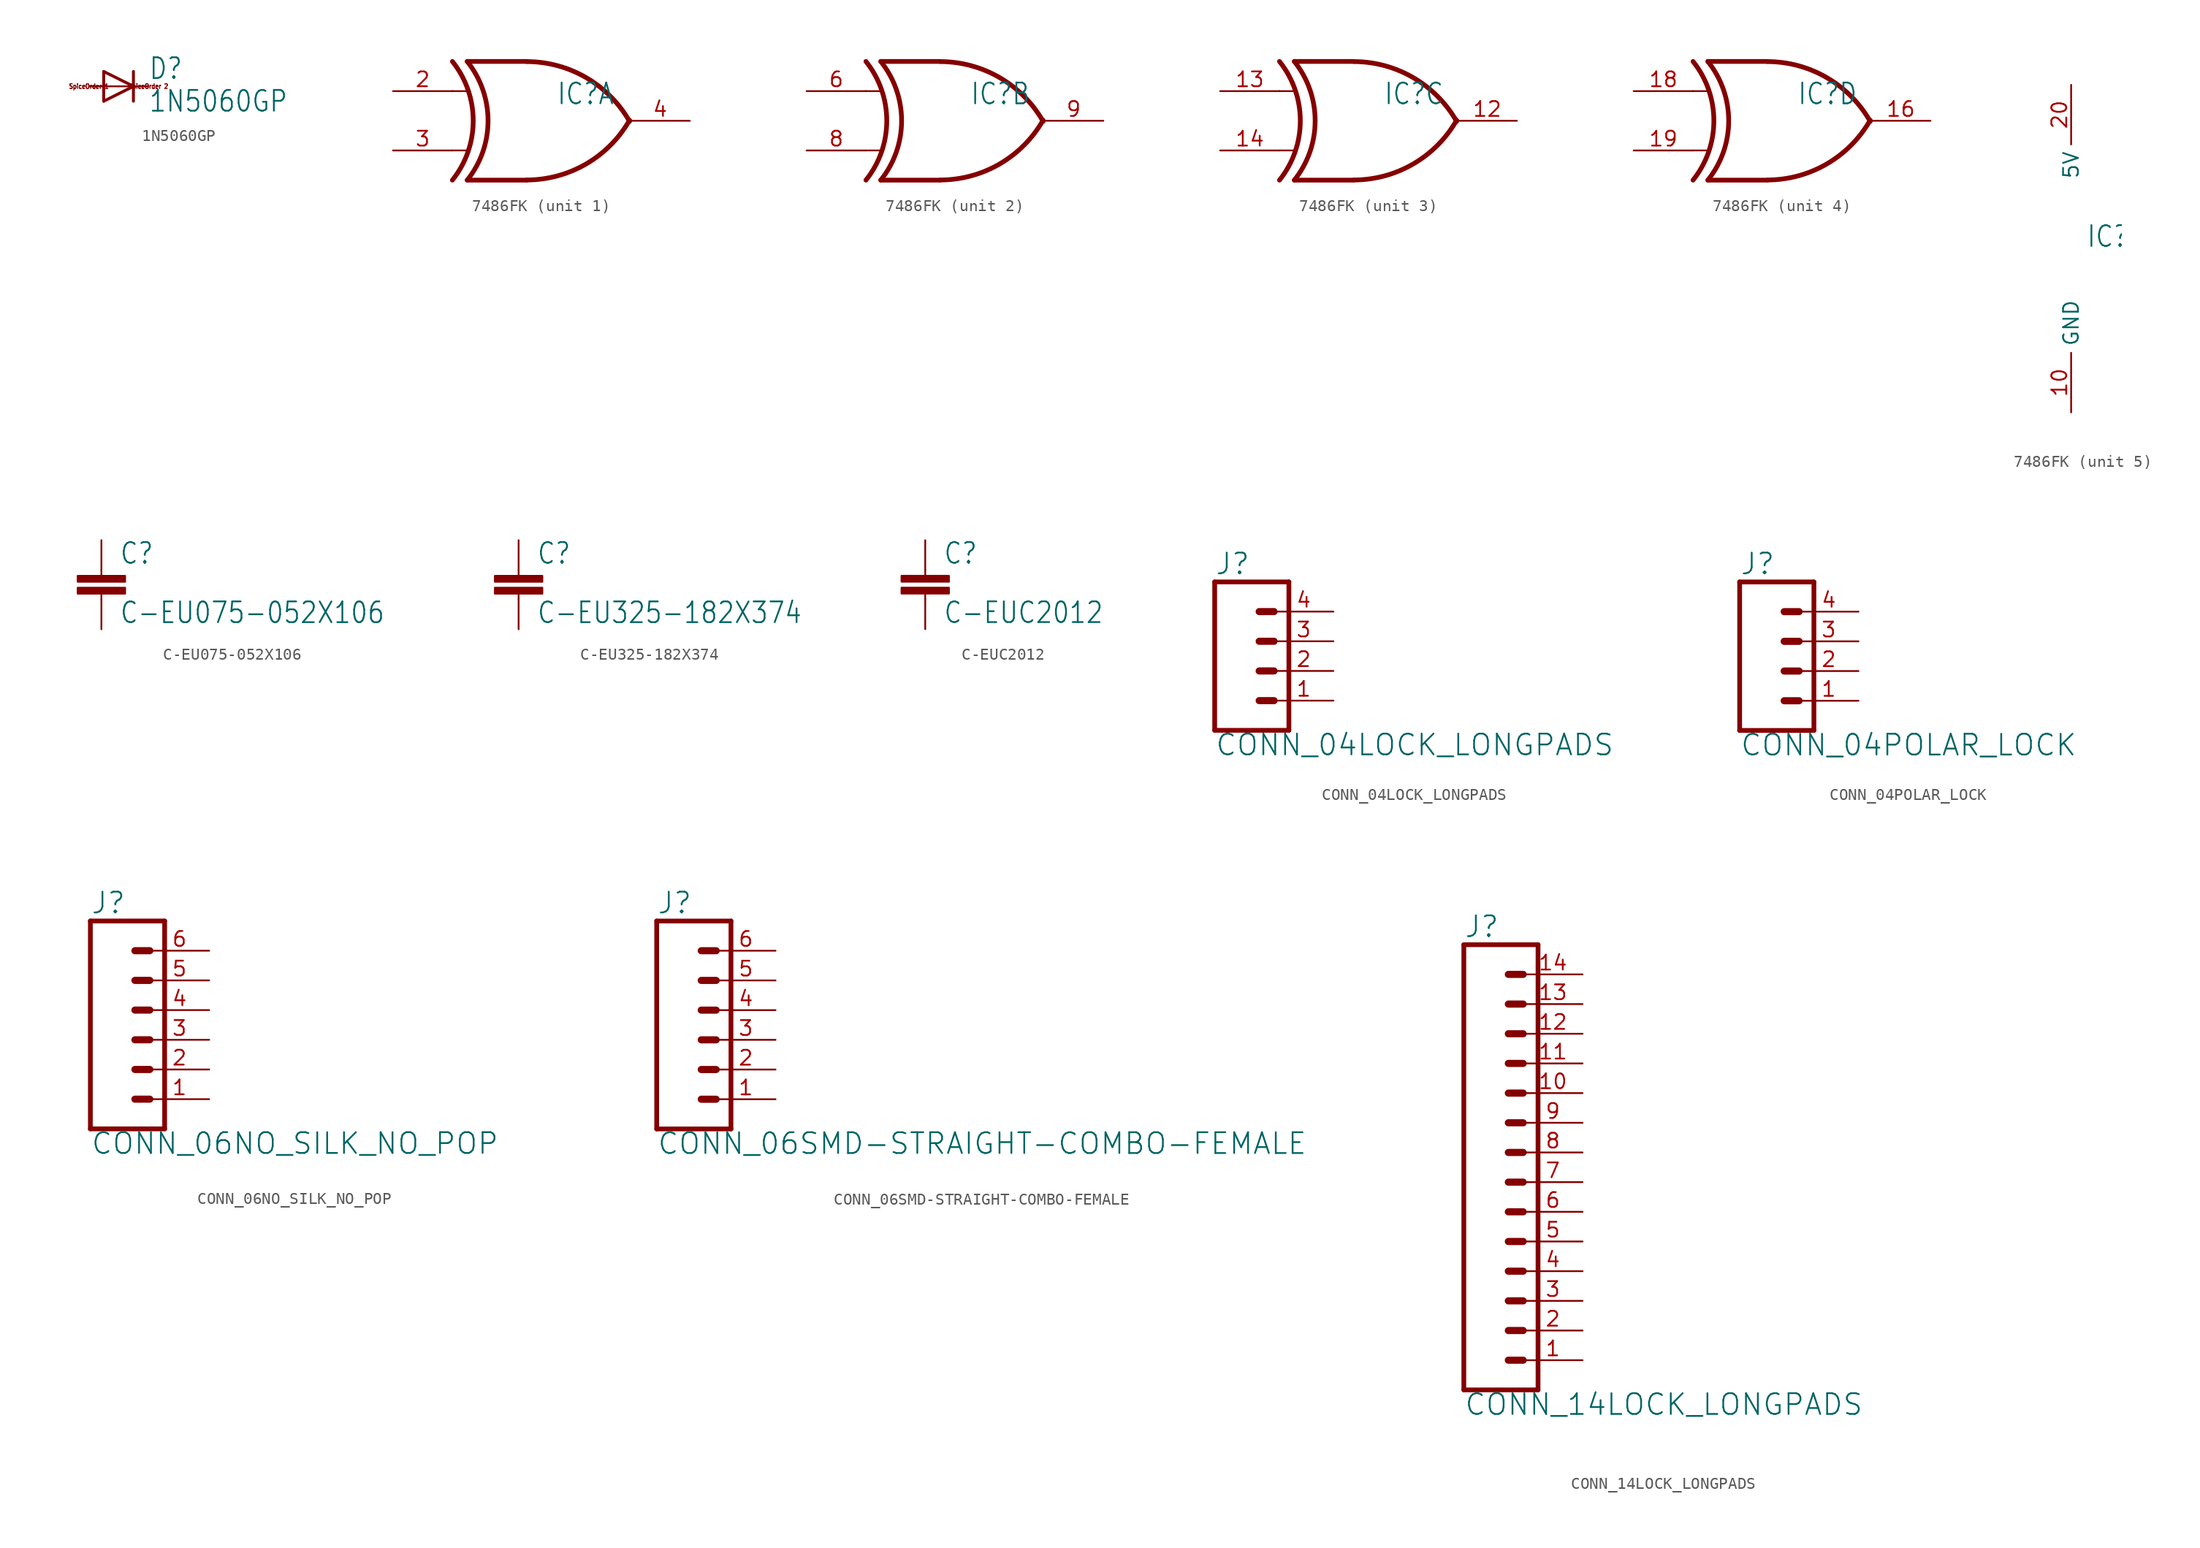
<source format=kicad_sym>
(kicad_symbol_lib
  (version 20211014)
  (generator kicad_symbol_editor)
  (symbol "1N5060GP"
    (property "Reference" "D"
      (at 2.54 0.483 0)
      (effects (font (size 1.778 1.511)) (justify left bottom)))
    (property "Value" "1N5060GP"
      (at 2.54 -2.311 0)
      (effects (font (size 1.778 1.511)) (justify left bottom)))
    (property "ki_locked" ""
      (at 0 0 0)
      (effects (font (size 1.27 1.27))))
    (symbol "1N5060GP_1_0"
      (polyline (pts (xy -1.27 -1.27) (xy 1.27 0)) (stroke (width 0.254) (type default) (color 0 0 0 0)) (fill (type none)))
      (polyline (pts (xy -1.27 1.27) (xy -1.27 -1.27)) (stroke (width 0.254) (type default) (color 0 0 0 0)) (fill (type none)))
      (polyline (pts (xy 1.27 0) (xy -1.27 1.27)) (stroke (width 0.254) (type default) (color 0 0 0 0)) (fill (type none)))
      (polyline (pts (xy 1.27 0) (xy 1.27 -1.27)) (stroke (width 0.254) (type default) (color 0 0 0 0)) (fill (type none)))
      (polyline (pts (xy 1.27 1.27) (xy 1.27 0)) (stroke (width 0.254) (type default) (color 0 0 0 0)) (fill (type none)))
      (text "SpiceOrder 1" (at -2.54 0 0) (effects (font (size 0.406 0.345))))
      (text "SpiceOrder 2" (at 2.54 0 0) (effects (font (size 0.406 0.345))))
      (pin passive line (at -2.54 0 0) (length 2.54) (name "A" (effects (font (size 0 0)))) (number "A" (effects (font (size 0 0)))))
      (pin passive line (at 2.54 0 180) (length 2.54) (name "C" (effects (font (size 0 0)))) (number "C" (effects (font (size 0 0)))))))
  (symbol "7486FK"
    (property "Reference" "IC"
      (at 1.27 1.27 0)
      (effects (font (size 1.778 1.511)) (justify left bottom)))
    (property "ki_locked" ""
      (at 0 0 0)
      (effects (font (size 1.27 1.27))))
    (symbol "7486FK_1_0"
      (arc (start -7.62 -5.08) (mid -5.838 0) (end -7.62 5.08) (stroke (width 0.4064) (type default) (color 0 0 0 0)) (fill (type none)))
      (arc (start -6.35 -5.08) (mid -4.568 0) (end -6.35 5.08) (stroke (width 0.4064) (type default) (color 0 0 0 0)) (fill (type none)))
      (arc (start -1.2446 -5.0678) (mid 3.8372 -3.689) (end 7.5439 0.0507) (stroke (width 0.4064) (type default) (color 0 0 0 0)) (fill (type none)))
      (polyline (pts (xy -7.62 -2.54) (xy -6.35 -2.54)) (stroke (width 0.152) (type default) (color 0 0 0 0)) (fill (type none)))
      (polyline (pts (xy -7.62 2.54) (xy -6.35 2.54)) (stroke (width 0.152) (type default) (color 0 0 0 0)) (fill (type none)))
      (polyline (pts (xy -1.27 -5.08) (xy -6.35 -5.08)) (stroke (width 0.406) (type default) (color 0 0 0 0)) (fill (type none)))
      (polyline (pts (xy -1.27 5.08) (xy -6.35 5.08)) (stroke (width 0.406) (type default) (color 0 0 0 0)) (fill (type none)))
      (arc (start 7.5442 -0.0505) (mid 3.8373 3.6892) (end -1.2446 5.0678) (stroke (width 0.4064) (type default) (color 0 0 0 0)) (fill (type none)))
      (pin input line (at -12.7 2.54 0) (length 5.08) (name "I0" (effects (font (size 0 0)))) (number "2" (effects (font (size 1.27 1.27)))))
      (pin input line (at -12.7 -2.54 0) (length 5.08) (name "I1" (effects (font (size 0 0)))) (number "3" (effects (font (size 1.27 1.27)))))
      (pin output line (at 12.7 0 180) (length 5.08) (name "O" (effects (font (size 0 0)))) (number "4" (effects (font (size 1.27 1.27))))))
    (symbol "7486FK_2_0"
      (arc (start -7.62 -5.08) (mid -5.838 0) (end -7.62 5.08) (stroke (width 0.4064) (type default) (color 0 0 0 0)) (fill (type none)))
      (arc (start -6.35 -5.08) (mid -4.568 0) (end -6.35 5.08) (stroke (width 0.4064) (type default) (color 0 0 0 0)) (fill (type none)))
      (arc (start -1.2446 -5.0678) (mid 3.8372 -3.689) (end 7.5439 0.0507) (stroke (width 0.4064) (type default) (color 0 0 0 0)) (fill (type none)))
      (polyline (pts (xy -7.62 -2.54) (xy -6.35 -2.54)) (stroke (width 0.152) (type default) (color 0 0 0 0)) (fill (type none)))
      (polyline (pts (xy -7.62 2.54) (xy -6.35 2.54)) (stroke (width 0.152) (type default) (color 0 0 0 0)) (fill (type none)))
      (polyline (pts (xy -1.27 -5.08) (xy -6.35 -5.08)) (stroke (width 0.406) (type default) (color 0 0 0 0)) (fill (type none)))
      (polyline (pts (xy -1.27 5.08) (xy -6.35 5.08)) (stroke (width 0.406) (type default) (color 0 0 0 0)) (fill (type none)))
      (arc (start 7.5442 -0.0505) (mid 3.8373 3.6892) (end -1.2446 5.0678) (stroke (width 0.4064) (type default) (color 0 0 0 0)) (fill (type none)))
      (pin input line (at -12.7 2.54 0) (length 5.08) (name "I0" (effects (font (size 0 0)))) (number "6" (effects (font (size 1.27 1.27)))))
      (pin input line (at -12.7 -2.54 0) (length 5.08) (name "I1" (effects (font (size 0 0)))) (number "8" (effects (font (size 1.27 1.27)))))
      (pin output line (at 12.7 0 180) (length 5.08) (name "O" (effects (font (size 0 0)))) (number "9" (effects (font (size 1.27 1.27))))))
    (symbol "7486FK_3_0"
      (arc (start -7.62 -5.08) (mid -5.838 0) (end -7.62 5.08) (stroke (width 0.4064) (type default) (color 0 0 0 0)) (fill (type none)))
      (arc (start -6.35 -5.08) (mid -4.568 0) (end -6.35 5.08) (stroke (width 0.4064) (type default) (color 0 0 0 0)) (fill (type none)))
      (arc (start -1.2446 -5.0678) (mid 3.8372 -3.689) (end 7.5439 0.0507) (stroke (width 0.4064) (type default) (color 0 0 0 0)) (fill (type none)))
      (polyline (pts (xy -7.62 -2.54) (xy -6.35 -2.54)) (stroke (width 0.152) (type default) (color 0 0 0 0)) (fill (type none)))
      (polyline (pts (xy -7.62 2.54) (xy -6.35 2.54)) (stroke (width 0.152) (type default) (color 0 0 0 0)) (fill (type none)))
      (polyline (pts (xy -1.27 -5.08) (xy -6.35 -5.08)) (stroke (width 0.406) (type default) (color 0 0 0 0)) (fill (type none)))
      (polyline (pts (xy -1.27 5.08) (xy -6.35 5.08)) (stroke (width 0.406) (type default) (color 0 0 0 0)) (fill (type none)))
      (arc (start 7.5442 -0.0505) (mid 3.8373 3.6892) (end -1.2446 5.0678) (stroke (width 0.4064) (type default) (color 0 0 0 0)) (fill (type none)))
      (pin output line (at 12.7 0 180) (length 5.08) (name "O" (effects (font (size 0 0)))) (number "12" (effects (font (size 1.27 1.27)))))
      (pin input line (at -12.7 2.54 0) (length 5.08) (name "I0" (effects (font (size 0 0)))) (number "13" (effects (font (size 1.27 1.27)))))
      (pin input line (at -12.7 -2.54 0) (length 5.08) (name "I1" (effects (font (size 0 0)))) (number "14" (effects (font (size 1.27 1.27))))))
    (symbol "7486FK_4_0"
      (arc (start -7.62 -5.08) (mid -5.838 0) (end -7.62 5.08) (stroke (width 0.4064) (type default) (color 0 0 0 0)) (fill (type none)))
      (arc (start -6.35 -5.08) (mid -4.568 0) (end -6.35 5.08) (stroke (width 0.4064) (type default) (color 0 0 0 0)) (fill (type none)))
      (arc (start -1.2446 -5.0678) (mid 3.8372 -3.689) (end 7.5439 0.0507) (stroke (width 0.4064) (type default) (color 0 0 0 0)) (fill (type none)))
      (polyline (pts (xy -7.62 -2.54) (xy -6.35 -2.54)) (stroke (width 0.152) (type default) (color 0 0 0 0)) (fill (type none)))
      (polyline (pts (xy -7.62 2.54) (xy -6.35 2.54)) (stroke (width 0.152) (type default) (color 0 0 0 0)) (fill (type none)))
      (polyline (pts (xy -1.27 -5.08) (xy -6.35 -5.08)) (stroke (width 0.406) (type default) (color 0 0 0 0)) (fill (type none)))
      (polyline (pts (xy -1.27 5.08) (xy -6.35 5.08)) (stroke (width 0.406) (type default) (color 0 0 0 0)) (fill (type none)))
      (arc (start 7.5442 -0.0505) (mid 3.8373 3.6892) (end -1.2446 5.0678) (stroke (width 0.4064) (type default) (color 0 0 0 0)) (fill (type none)))
      (pin output line (at 12.7 0 180) (length 5.08) (name "O" (effects (font (size 0 0)))) (number "16" (effects (font (size 1.27 1.27)))))
      (pin input line (at -12.7 2.54 0) (length 5.08) (name "I0" (effects (font (size 0 0)))) (number "18" (effects (font (size 1.27 1.27)))))
      (pin input line (at -12.7 -2.54 0) (length 5.08) (name "I1" (effects (font (size 0 0)))) (number "19" (effects (font (size 1.27 1.27))))))
    (symbol "7486FK_5_0"
      (pin power_in line (at 0 -12.7 90) (length 5.08) (name "GND" (effects (font (size 1.27 1.27)))) (number "10" (effects (font (size 1.27 1.27)))))
      (pin power_in line (at 0 15.24 270) (length 5.08) (name "5V" (effects (font (size 1.27 1.27)))) (number "20" (effects (font (size 1.27 1.27)))))))
  (symbol "C-EU075-052X106"
    (property "Reference" "C"
      (at 1.524 0.381 0)
      (effects (font (size 1.778 1.511)) (justify left bottom)))
    (property "Value" "C-EU075-052X106"
      (at 1.524 -4.699 0)
      (effects (font (size 1.778 1.511)) (justify left bottom)))
    (property "ki_locked" ""
      (at 0 0 0)
      (effects (font (size 1.27 1.27))))
    (symbol "C-EU075-052X106_1_0"
      (rectangle (start -2.032 -2.032) (end 2.032 -1.524) (stroke (width 0) (type default) (color 0 0 0 0)) (fill (type outline)))
      (rectangle (start -2.032 -1.016) (end 2.032 -0.508) (stroke (width 0) (type default) (color 0 0 0 0)) (fill (type outline)))
      (polyline (pts (xy 0 -2.54) (xy 0 -2.032)) (stroke (width 0.152) (type default) (color 0 0 0 0)) (fill (type none)))
      (polyline (pts (xy 0 0) (xy 0 -0.508)) (stroke (width 0.152) (type default) (color 0 0 0 0)) (fill (type none)))
      (pin passive line (at 0 2.54 270) (length 2.54) (name "1" (effects (font (size 0 0)))) (number "1" (effects (font (size 0 0)))))
      (pin passive line (at 0 -5.08 90) (length 2.54) (name "2" (effects (font (size 0 0)))) (number "2" (effects (font (size 0 0)))))))
  (symbol "C-EU325-182X374"
    (property "Reference" "C"
      (at 1.524 0.381 0)
      (effects (font (size 1.778 1.511)) (justify left bottom)))
    (property "Value" "C-EU325-182X374"
      (at 1.524 -4.699 0)
      (effects (font (size 1.778 1.511)) (justify left bottom)))
    (property "ki_locked" ""
      (at 0 0 0)
      (effects (font (size 1.27 1.27))))
    (symbol "C-EU325-182X374_1_0"
      (rectangle (start -2.032 -2.032) (end 2.032 -1.524) (stroke (width 0) (type default) (color 0 0 0 0)) (fill (type outline)))
      (rectangle (start -2.032 -1.016) (end 2.032 -0.508) (stroke (width 0) (type default) (color 0 0 0 0)) (fill (type outline)))
      (polyline (pts (xy 0 -2.54) (xy 0 -2.032)) (stroke (width 0.152) (type default) (color 0 0 0 0)) (fill (type none)))
      (polyline (pts (xy 0 0) (xy 0 -0.508)) (stroke (width 0.152) (type default) (color 0 0 0 0)) (fill (type none)))
      (pin passive line (at 0 2.54 270) (length 2.54) (name "1" (effects (font (size 0 0)))) (number "1" (effects (font (size 0 0)))))
      (pin passive line (at 0 -5.08 90) (length 2.54) (name "2" (effects (font (size 0 0)))) (number "2" (effects (font (size 0 0)))))))
  (symbol "C-EUC2012"
    (property "Reference" "C"
      (at 1.524 0.381 0)
      (effects (font (size 1.778 1.511)) (justify left bottom)))
    (property "Value" "C-EUC2012"
      (at 1.524 -4.699 0)
      (effects (font (size 1.778 1.511)) (justify left bottom)))
    (property "ki_locked" ""
      (at 0 0 0)
      (effects (font (size 1.27 1.27))))
    (symbol "C-EUC2012_1_0"
      (rectangle (start -2.032 -2.032) (end 2.032 -1.524) (stroke (width 0) (type default) (color 0 0 0 0)) (fill (type outline)))
      (rectangle (start -2.032 -1.016) (end 2.032 -0.508) (stroke (width 0) (type default) (color 0 0 0 0)) (fill (type outline)))
      (polyline (pts (xy 0 -2.54) (xy 0 -2.032)) (stroke (width 0.152) (type default) (color 0 0 0 0)) (fill (type none)))
      (polyline (pts (xy 0 0) (xy 0 -0.508)) (stroke (width 0.152) (type default) (color 0 0 0 0)) (fill (type none)))
      (pin passive line (at 0 2.54 270) (length 2.54) (name "1" (effects (font (size 0 0)))) (number "1" (effects (font (size 0 0)))))
      (pin passive line (at 0 -5.08 90) (length 2.54) (name "2" (effects (font (size 0 0)))) (number "2" (effects (font (size 0 0)))))))
  (symbol "CONN_04LOCK_LONGPADS"
    (property "Reference" "J"
      (at -5.08 8.128 0)
      (effects (font (size 1.778 1.778)) (justify left bottom)))
    (property "Value" "CONN_04LOCK_LONGPADS"
      (at -5.08 -7.366 0)
      (effects (font (size 1.778 1.778)) (justify left bottom)))
    (property "ki_locked" ""
      (at 0 0 0)
      (effects (font (size 1.27 1.27))))
    (symbol "CONN_04LOCK_LONGPADS_1_0"
      (polyline (pts (xy -5.08 7.62) (xy -5.08 -5.08)) (stroke (width 0.406) (type default) (color 0 0 0 0)) (fill (type none)))
      (polyline (pts (xy -5.08 7.62) (xy 1.27 7.62)) (stroke (width 0.406) (type default) (color 0 0 0 0)) (fill (type none)))
      (polyline (pts (xy -1.27 -2.54) (xy 0 -2.54)) (stroke (width 0.61) (type default) (color 0 0 0 0)) (fill (type none)))
      (polyline (pts (xy -1.27 0) (xy 0 0)) (stroke (width 0.61) (type default) (color 0 0 0 0)) (fill (type none)))
      (polyline (pts (xy -1.27 2.54) (xy 0 2.54)) (stroke (width 0.61) (type default) (color 0 0 0 0)) (fill (type none)))
      (polyline (pts (xy -1.27 5.08) (xy 0 5.08)) (stroke (width 0.61) (type default) (color 0 0 0 0)) (fill (type none)))
      (polyline (pts (xy 1.27 -5.08) (xy -5.08 -5.08)) (stroke (width 0.406) (type default) (color 0 0 0 0)) (fill (type none)))
      (polyline (pts (xy 1.27 -5.08) (xy 1.27 7.62)) (stroke (width 0.406) (type default) (color 0 0 0 0)) (fill (type none)))
      (pin passive line (at 5.08 -2.54 180) (length 5.08) (name "1" (effects (font (size 0 0)))) (number "1" (effects (font (size 1.27 1.27)))))
      (pin passive line (at 5.08 0 180) (length 5.08) (name "2" (effects (font (size 0 0)))) (number "2" (effects (font (size 1.27 1.27)))))
      (pin passive line (at 5.08 2.54 180) (length 5.08) (name "3" (effects (font (size 0 0)))) (number "3" (effects (font (size 1.27 1.27)))))
      (pin passive line (at 5.08 5.08 180) (length 5.08) (name "4" (effects (font (size 0 0)))) (number "4" (effects (font (size 1.27 1.27)))))))
  (symbol "CONN_04POLAR_LOCK"
    (property "Reference" "J"
      (at -5.08 8.128 0)
      (effects (font (size 1.778 1.778)) (justify left bottom)))
    (property "Value" "CONN_04POLAR_LOCK"
      (at -5.08 -7.366 0)
      (effects (font (size 1.778 1.778)) (justify left bottom)))
    (property "ki_locked" ""
      (at 0 0 0)
      (effects (font (size 1.27 1.27))))
    (symbol "CONN_04POLAR_LOCK_1_0"
      (polyline (pts (xy -5.08 7.62) (xy -5.08 -5.08)) (stroke (width 0.406) (type default) (color 0 0 0 0)) (fill (type none)))
      (polyline (pts (xy -5.08 7.62) (xy 1.27 7.62)) (stroke (width 0.406) (type default) (color 0 0 0 0)) (fill (type none)))
      (polyline (pts (xy -1.27 -2.54) (xy 0 -2.54)) (stroke (width 0.61) (type default) (color 0 0 0 0)) (fill (type none)))
      (polyline (pts (xy -1.27 0) (xy 0 0)) (stroke (width 0.61) (type default) (color 0 0 0 0)) (fill (type none)))
      (polyline (pts (xy -1.27 2.54) (xy 0 2.54)) (stroke (width 0.61) (type default) (color 0 0 0 0)) (fill (type none)))
      (polyline (pts (xy -1.27 5.08) (xy 0 5.08)) (stroke (width 0.61) (type default) (color 0 0 0 0)) (fill (type none)))
      (polyline (pts (xy 1.27 -5.08) (xy -5.08 -5.08)) (stroke (width 0.406) (type default) (color 0 0 0 0)) (fill (type none)))
      (polyline (pts (xy 1.27 -5.08) (xy 1.27 7.62)) (stroke (width 0.406) (type default) (color 0 0 0 0)) (fill (type none)))
      (pin passive line (at 5.08 -2.54 180) (length 5.08) (name "1" (effects (font (size 0 0)))) (number "1" (effects (font (size 1.27 1.27)))))
      (pin passive line (at 5.08 0 180) (length 5.08) (name "2" (effects (font (size 0 0)))) (number "2" (effects (font (size 1.27 1.27)))))
      (pin passive line (at 5.08 2.54 180) (length 5.08) (name "3" (effects (font (size 0 0)))) (number "3" (effects (font (size 1.27 1.27)))))
      (pin passive line (at 5.08 5.08 180) (length 5.08) (name "4" (effects (font (size 0 0)))) (number "4" (effects (font (size 1.27 1.27)))))))
  (symbol "CONN_06NO_SILK_NO_POP"
    (property "Reference" "J"
      (at -5.08 10.668 0)
      (effects (font (size 1.778 1.778)) (justify left bottom)))
    (property "Value" "CONN_06NO_SILK_NO_POP"
      (at -5.08 -9.906 0)
      (effects (font (size 1.778 1.778)) (justify left bottom)))
    (property "ki_locked" ""
      (at 0 0 0)
      (effects (font (size 1.27 1.27))))
    (symbol "CONN_06NO_SILK_NO_POP_1_0"
      (polyline (pts (xy -5.08 10.16) (xy -5.08 -7.62)) (stroke (width 0.406) (type default) (color 0 0 0 0)) (fill (type none)))
      (polyline (pts (xy -5.08 10.16) (xy 1.27 10.16)) (stroke (width 0.406) (type default) (color 0 0 0 0)) (fill (type none)))
      (polyline (pts (xy -1.27 -5.08) (xy 0 -5.08)) (stroke (width 0.61) (type default) (color 0 0 0 0)) (fill (type none)))
      (polyline (pts (xy -1.27 -2.54) (xy 0 -2.54)) (stroke (width 0.61) (type default) (color 0 0 0 0)) (fill (type none)))
      (polyline (pts (xy -1.27 0) (xy 0 0)) (stroke (width 0.61) (type default) (color 0 0 0 0)) (fill (type none)))
      (polyline (pts (xy -1.27 2.54) (xy 0 2.54)) (stroke (width 0.61) (type default) (color 0 0 0 0)) (fill (type none)))
      (polyline (pts (xy -1.27 5.08) (xy 0 5.08)) (stroke (width 0.61) (type default) (color 0 0 0 0)) (fill (type none)))
      (polyline (pts (xy -1.27 7.62) (xy 0 7.62)) (stroke (width 0.61) (type default) (color 0 0 0 0)) (fill (type none)))
      (polyline (pts (xy 1.27 -7.62) (xy -5.08 -7.62)) (stroke (width 0.406) (type default) (color 0 0 0 0)) (fill (type none)))
      (polyline (pts (xy 1.27 -7.62) (xy 1.27 10.16)) (stroke (width 0.406) (type default) (color 0 0 0 0)) (fill (type none)))
      (pin passive line (at 5.08 -5.08 180) (length 5.08) (name "1" (effects (font (size 0 0)))) (number "1" (effects (font (size 1.27 1.27)))))
      (pin passive line (at 5.08 -2.54 180) (length 5.08) (name "2" (effects (font (size 0 0)))) (number "2" (effects (font (size 1.27 1.27)))))
      (pin passive line (at 5.08 0 180) (length 5.08) (name "3" (effects (font (size 0 0)))) (number "3" (effects (font (size 1.27 1.27)))))
      (pin passive line (at 5.08 2.54 180) (length 5.08) (name "4" (effects (font (size 0 0)))) (number "4" (effects (font (size 1.27 1.27)))))
      (pin passive line (at 5.08 5.08 180) (length 5.08) (name "5" (effects (font (size 0 0)))) (number "5" (effects (font (size 1.27 1.27)))))
      (pin passive line (at 5.08 7.62 180) (length 5.08) (name "6" (effects (font (size 0 0)))) (number "6" (effects (font (size 1.27 1.27)))))))
  (symbol "CONN_06SMD-STRAIGHT-COMBO-FEMALE"
    (property "Reference" "J"
      (at -5.08 10.668 0)
      (effects (font (size 1.778 1.778)) (justify left bottom)))
    (property "Value" "CONN_06SMD-STRAIGHT-COMBO-FEMALE"
      (at -5.08 -9.906 0)
      (effects (font (size 1.778 1.778)) (justify left bottom)))
    (property "ki_locked" ""
      (at 0 0 0)
      (effects (font (size 1.27 1.27))))
    (symbol "CONN_06SMD-STRAIGHT-COMBO-FEMALE_1_0"
      (polyline (pts (xy -5.08 10.16) (xy -5.08 -7.62)) (stroke (width 0.406) (type default) (color 0 0 0 0)) (fill (type none)))
      (polyline (pts (xy -5.08 10.16) (xy 1.27 10.16)) (stroke (width 0.406) (type default) (color 0 0 0 0)) (fill (type none)))
      (polyline (pts (xy -1.27 -5.08) (xy 0 -5.08)) (stroke (width 0.61) (type default) (color 0 0 0 0)) (fill (type none)))
      (polyline (pts (xy -1.27 -2.54) (xy 0 -2.54)) (stroke (width 0.61) (type default) (color 0 0 0 0)) (fill (type none)))
      (polyline (pts (xy -1.27 0) (xy 0 0)) (stroke (width 0.61) (type default) (color 0 0 0 0)) (fill (type none)))
      (polyline (pts (xy -1.27 2.54) (xy 0 2.54)) (stroke (width 0.61) (type default) (color 0 0 0 0)) (fill (type none)))
      (polyline (pts (xy -1.27 5.08) (xy 0 5.08)) (stroke (width 0.61) (type default) (color 0 0 0 0)) (fill (type none)))
      (polyline (pts (xy -1.27 7.62) (xy 0 7.62)) (stroke (width 0.61) (type default) (color 0 0 0 0)) (fill (type none)))
      (polyline (pts (xy 1.27 -7.62) (xy -5.08 -7.62)) (stroke (width 0.406) (type default) (color 0 0 0 0)) (fill (type none)))
      (polyline (pts (xy 1.27 -7.62) (xy 1.27 10.16)) (stroke (width 0.406) (type default) (color 0 0 0 0)) (fill (type none)))
      (pin passive line (at 5.08 -5.08 180) (length 5.08) (name "1" (effects (font (size 0 0)))) (number "1" (effects (font (size 1.27 1.27)))))
      (pin passive line (at 5.08 -2.54 180) (length 5.08) (name "2" (effects (font (size 0 0)))) (number "2" (effects (font (size 1.27 1.27)))))
      (pin passive line (at 5.08 0 180) (length 5.08) (name "3" (effects (font (size 0 0)))) (number "3" (effects (font (size 1.27 1.27)))))
      (pin passive line (at 5.08 2.54 180) (length 5.08) (name "4" (effects (font (size 0 0)))) (number "4" (effects (font (size 1.27 1.27)))))
      (pin passive line (at 5.08 5.08 180) (length 5.08) (name "5" (effects (font (size 0 0)))) (number "5" (effects (font (size 1.27 1.27)))))
      (pin passive line (at 5.08 7.62 180) (length 5.08) (name "6" (effects (font (size 0 0)))) (number "6" (effects (font (size 1.27 1.27)))))))
  (symbol "CONN_14LOCK_LONGPADS"
    (property "Reference" "J"
      (at 0 18.288 0)
      (effects (font (size 1.778 1.778)) (justify left bottom)))
    (property "Value" "CONN_14LOCK_LONGPADS"
      (at 0 -22.606 0)
      (effects (font (size 1.778 1.778)) (justify left bottom)))
    (property "ki_locked" ""
      (at 0 0 0)
      (effects (font (size 1.27 1.27))))
    (symbol "CONN_14LOCK_LONGPADS_1_0"
      (polyline (pts (xy 0 17.78) (xy 0 -20.32)) (stroke (width 0.406) (type default) (color 0 0 0 0)) (fill (type none)))
      (polyline (pts (xy 0 17.78) (xy 6.35 17.78)) (stroke (width 0.406) (type default) (color 0 0 0 0)) (fill (type none)))
      (polyline (pts (xy 3.81 -17.78) (xy 5.08 -17.78)) (stroke (width 0.61) (type default) (color 0 0 0 0)) (fill (type none)))
      (polyline (pts (xy 3.81 -15.24) (xy 5.08 -15.24)) (stroke (width 0.61) (type default) (color 0 0 0 0)) (fill (type none)))
      (polyline (pts (xy 3.81 -12.7) (xy 5.08 -12.7)) (stroke (width 0.61) (type default) (color 0 0 0 0)) (fill (type none)))
      (polyline (pts (xy 3.81 -10.16) (xy 5.08 -10.16)) (stroke (width 0.61) (type default) (color 0 0 0 0)) (fill (type none)))
      (polyline (pts (xy 3.81 -7.62) (xy 5.08 -7.62)) (stroke (width 0.61) (type default) (color 0 0 0 0)) (fill (type none)))
      (polyline (pts (xy 3.81 -5.08) (xy 5.08 -5.08)) (stroke (width 0.61) (type default) (color 0 0 0 0)) (fill (type none)))
      (polyline (pts (xy 3.81 -2.54) (xy 5.08 -2.54)) (stroke (width 0.61) (type default) (color 0 0 0 0)) (fill (type none)))
      (polyline (pts (xy 3.81 0) (xy 5.08 0)) (stroke (width 0.61) (type default) (color 0 0 0 0)) (fill (type none)))
      (polyline (pts (xy 3.81 2.54) (xy 5.08 2.54)) (stroke (width 0.61) (type default) (color 0 0 0 0)) (fill (type none)))
      (polyline (pts (xy 3.81 5.08) (xy 5.08 5.08)) (stroke (width 0.61) (type default) (color 0 0 0 0)) (fill (type none)))
      (polyline (pts (xy 3.81 7.62) (xy 5.08 7.62)) (stroke (width 0.61) (type default) (color 0 0 0 0)) (fill (type none)))
      (polyline (pts (xy 3.81 10.16) (xy 5.08 10.16)) (stroke (width 0.61) (type default) (color 0 0 0 0)) (fill (type none)))
      (polyline (pts (xy 3.81 12.7) (xy 5.08 12.7)) (stroke (width 0.61) (type default) (color 0 0 0 0)) (fill (type none)))
      (polyline (pts (xy 3.81 15.24) (xy 5.08 15.24)) (stroke (width 0.61) (type default) (color 0 0 0 0)) (fill (type none)))
      (polyline (pts (xy 6.35 -20.32) (xy 0 -20.32)) (stroke (width 0.406) (type default) (color 0 0 0 0)) (fill (type none)))
      (polyline (pts (xy 6.35 -20.32) (xy 6.35 17.78)) (stroke (width 0.406) (type default) (color 0 0 0 0)) (fill (type none)))
      (pin passive line (at 10.16 -17.78 180) (length 5.08) (name "1" (effects (font (size 0 0)))) (number "1" (effects (font (size 1.27 1.27)))))
      (pin passive line (at 10.16 5.08 180) (length 5.08) (name "10" (effects (font (size 0 0)))) (number "10" (effects (font (size 1.27 1.27)))))
      (pin passive line (at 10.16 7.62 180) (length 5.08) (name "11" (effects (font (size 0 0)))) (number "11" (effects (font (size 1.27 1.27)))))
      (pin passive line (at 10.16 10.16 180) (length 5.08) (name "12" (effects (font (size 0 0)))) (number "12" (effects (font (size 1.27 1.27)))))
      (pin passive line (at 10.16 12.7 180) (length 5.08) (name "13" (effects (font (size 0 0)))) (number "13" (effects (font (size 1.27 1.27)))))
      (pin passive line (at 10.16 15.24 180) (length 5.08) (name "14" (effects (font (size 0 0)))) (number "14" (effects (font (size 1.27 1.27)))))
      (pin passive line (at 10.16 -15.24 180) (length 5.08) (name "2" (effects (font (size 0 0)))) (number "2" (effects (font (size 1.27 1.27)))))
      (pin passive line (at 10.16 -12.7 180) (length 5.08) (name "3" (effects (font (size 0 0)))) (number "3" (effects (font (size 1.27 1.27)))))
      (pin passive line (at 10.16 -10.16 180) (length 5.08) (name "4" (effects (font (size 0 0)))) (number "4" (effects (font (size 1.27 1.27)))))
      (pin passive line (at 10.16 -7.62 180) (length 5.08) (name "5" (effects (font (size 0 0)))) (number "5" (effects (font (size 1.27 1.27)))))
      (pin passive line (at 10.16 -5.08 180) (length 5.08) (name "6" (effects (font (size 0 0)))) (number "6" (effects (font (size 1.27 1.27)))))
      (pin passive line (at 10.16 -2.54 180) (length 5.08) (name "7" (effects (font (size 0 0)))) (number "7" (effects (font (size 1.27 1.27)))))
      (pin passive line (at 10.16 0 180) (length 5.08) (name "8" (effects (font (size 0 0)))) (number "8" (effects (font (size 1.27 1.27)))))
      (pin passive line (at 10.16 2.54 180) (length 5.08) (name "9" (effects (font (size 0 0)))) (number "9" (effects (font (size 1.27 1.27))))))))
</source>
